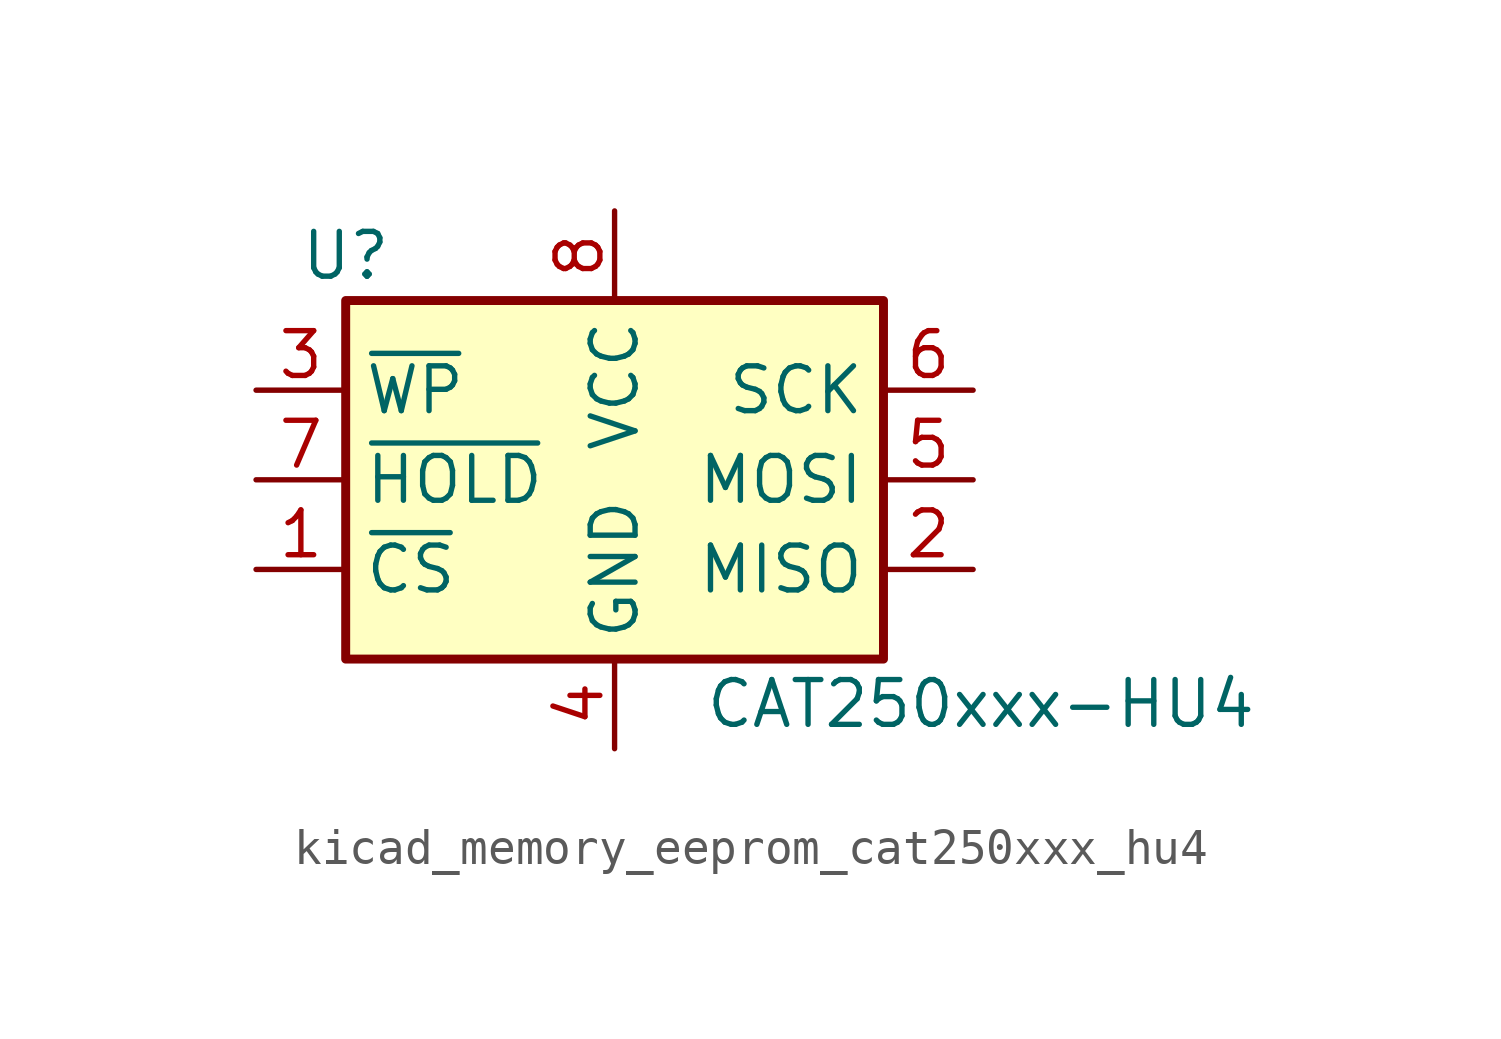
<source format=kicad_sym>
(kicad_symbol_lib
  (version 20220914)
  (generator kicad_symbol_editor)
  (symbol "kicad_memory_eeprom_cat250xxx_hu4"
    (property "Reference" "U"
      (at -7.62 6.35 0)
      (effects (font (size 1.27 1.27))))
    (property "Value" "CAT250xxx-HU4"
      (at 2.54 -6.35 0)
      (effects (font (size 1.27 1.27)) (justify left)))
    (symbol "kicad_memory_eeprom_cat250xxx_hu4_1_1"
      (rectangle (start -7.62 5.08) (end 7.62 -5.08) (stroke (width 0.254) (type default)) (fill (type background)))
      (pin input line (at -10.16 -2.54 0) (length 2.54) (name "~{CS}" (effects (font (size 1.27 1.27)))) (number "1" (effects (font (size 1.27 1.27)))))
      (pin tri_state line (at 10.16 -2.54 180) (length 2.54) (name "MISO" (effects (font (size 1.27 1.27)))) (number "2" (effects (font (size 1.27 1.27)))))
      (pin input line (at -10.16 2.54 0) (length 2.54) (name "~{WP}" (effects (font (size 1.27 1.27)))) (number "3" (effects (font (size 1.27 1.27)))))
      (pin power_in line (at 0 -7.62 90) (length 2.54) (name "GND" (effects (font (size 1.27 1.27)))) (number "4" (effects (font (size 1.27 1.27)))))
      (pin input line (at 10.16 0 180) (length 2.54) (name "MOSI" (effects (font (size 1.27 1.27)))) (number "5" (effects (font (size 1.27 1.27)))))
      (pin input line (at 10.16 2.54 180) (length 2.54) (name "SCK" (effects (font (size 1.27 1.27)))) (number "6" (effects (font (size 1.27 1.27)))))
      (pin input line (at -10.16 0 0) (length 2.54) (name "~{HOLD}" (effects (font (size 1.27 1.27)))) (number "7" (effects (font (size 1.27 1.27)))))
      (pin power_in line (at 0 7.62 270) (length 2.54) (name "VCC" (effects (font (size 1.27 1.27)))) (number "8" (effects (font (size 1.27 1.27)))))
      (pin passive line (at 0 -7.62 90) (length 2.54) hide (name "GND" (effects (font (size 1.27 1.27)))) (number "9" (effects (font (size 1.27 1.27))))))))
</source>
